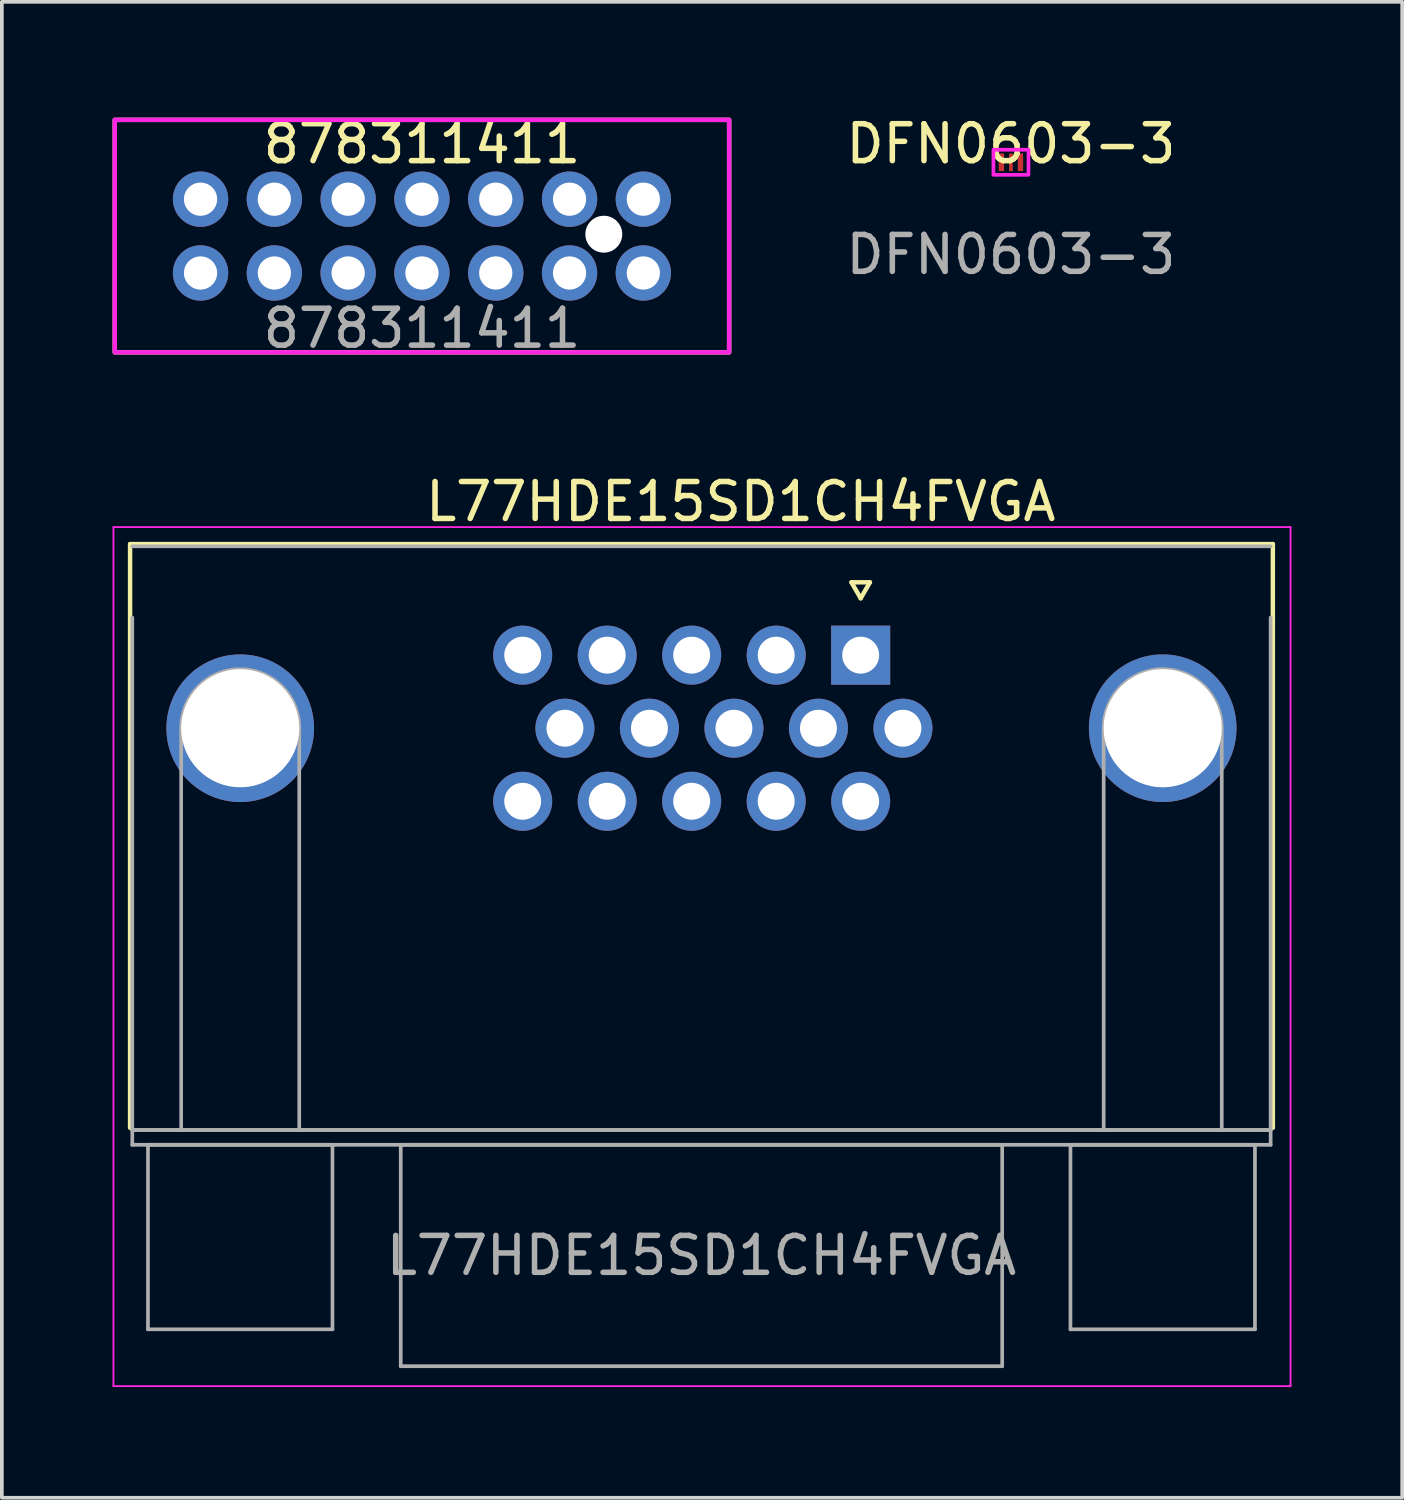
<source format=kicad_pcb>
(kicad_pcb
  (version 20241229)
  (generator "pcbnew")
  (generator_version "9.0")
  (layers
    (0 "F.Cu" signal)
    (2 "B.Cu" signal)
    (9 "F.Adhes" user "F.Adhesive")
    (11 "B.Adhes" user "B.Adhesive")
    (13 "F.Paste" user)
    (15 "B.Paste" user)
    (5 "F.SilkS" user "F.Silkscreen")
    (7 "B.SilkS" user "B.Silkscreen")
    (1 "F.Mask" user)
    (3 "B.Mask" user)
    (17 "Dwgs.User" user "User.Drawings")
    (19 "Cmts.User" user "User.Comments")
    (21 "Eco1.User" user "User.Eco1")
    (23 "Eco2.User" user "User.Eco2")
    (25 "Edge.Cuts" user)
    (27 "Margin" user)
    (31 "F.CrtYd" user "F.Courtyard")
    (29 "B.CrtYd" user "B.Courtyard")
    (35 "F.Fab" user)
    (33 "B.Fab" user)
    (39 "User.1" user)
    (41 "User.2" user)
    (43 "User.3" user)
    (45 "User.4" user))
  (footprint "878311411"
    (layer "F.Cu")
    (at 8.385 3.348)
    (property "Reference" "878311411" (at 0 -2.5 0) (unlocked yes) (layer "F.SilkS") (effects (font (size 1 1) (thickness 0.15))))
    (attr through_hole)
    (fp_rect (start -8.325 -3.15) (end 8.325 3.15) (stroke (width 0.12) (type solid)) (fill no) (layer "F.SilkS"))
    (fp_rect (start -8.325 -3.15) (end 8.325 3.15) (stroke (width 0.12) (type solid)) (fill no) (layer "F.CrtYd"))
    (fp_text user "${REFERENCE}" (at 0 2.5 0) (unlocked yes) (layer "F.Fab") (effects (font (size 1 1) (thickness 0.15))))
    (pad "" np_thru_hole circle (at 4.928 -0.051) (size 1 1) (drill 1) (layers "*.Cu" "*.Mask"))
    (pad "1" thru_hole circle (at -6 1) (size 1.5 1.5) (drill 0.9) (layers "*.Cu" "*.Mask"))
    (pad "2" thru_hole circle (at -6 -1) (size 1.5 1.5) (drill 0.9) (layers "*.Cu" "*.Mask"))
    (pad "3" thru_hole circle (at -4 1) (size 1.5 1.5) (drill 0.9) (layers "*.Cu" "*.Mask"))
    (pad "4" thru_hole circle (at -4 -1) (size 1.5 1.5) (drill 0.9) (layers "*.Cu" "*.Mask"))
    (pad "5" thru_hole circle (at -2 1) (size 1.5 1.5) (drill 0.9) (layers "*.Cu" "*.Mask"))
    (pad "6" thru_hole circle (at -2 -1) (size 1.5 1.5) (drill 0.9) (layers "*.Cu" "*.Mask"))
    (pad "7" thru_hole circle (at 0 1) (size 1.5 1.5) (drill 0.9) (layers "*.Cu" "*.Mask"))
    (pad "8" thru_hole circle (at 0 -1) (size 1.5 1.5) (drill 0.9) (layers "*.Cu" "*.Mask"))
    (pad "9" thru_hole circle (at 2 1) (size 1.5 1.5) (drill 0.9) (layers "*.Cu" "*.Mask"))
    (pad "10" thru_hole circle (at 2 -1) (size 1.5 1.5) (drill 0.9) (layers "*.Cu" "*.Mask"))
    (pad "11" thru_hole circle (at 4 1) (size 1.5 1.5) (drill 0.9) (layers "*.Cu" "*.Mask"))
    (pad "12" thru_hole circle (at 4 -1) (size 1.5 1.5) (drill 0.9) (layers "*.Cu" "*.Mask"))
    (pad "13" thru_hole circle (at 6 1) (size 1.5 1.5) (drill 0.9) (layers "*.Cu" "*.Mask"))
    (pad "14" thru_hole circle (at 6 -1) (size 1.5 1.5) (drill 0.9) (layers "*.Cu" "*.Mask")))
  (footprint "DFN0603-3"
    (layer "F.Cu")
    (at 24.347 1.348)
    (property "Reference" "DFN0603-3" (at 0 -0.5 0) (unlocked yes) (layer "F.SilkS") (effects (font (size 1 1) (thickness 0.15))))
    (attr smd)
    (fp_rect (start -0.315 -0.15) (end -0.225 0.15) (stroke (width 0.03) (type solid)) (fill yes) (layer "F.Mask"))
    (fp_rect (start -0.045 -0.15) (end 0.045 0.15) (stroke (width 0.03) (type solid)) (fill yes) (layer "F.Mask"))
    (fp_rect (start 0.225 -0.15) (end 0.315 0.15) (stroke (width 0.03) (type solid)) (fill yes) (layer "F.Mask"))
    (fp_rect (start -0.315 -0.15) (end -0.225 0.15) (stroke (width 0.03) (type solid)) (fill yes) (layer "F.Paste"))
    (fp_rect (start -0.045 -0.15) (end 0.045 0.15) (stroke (width 0.03) (type solid)) (fill yes) (layer "F.Paste"))
    (fp_rect (start 0.225 -0.15) (end 0.315 0.15) (stroke (width 0.03) (type solid)) (fill yes) (layer "F.Paste"))
    (fp_rect (start -0.475 -0.34) (end 0.475 0.34) (stroke (width 0.1) (type solid)) (fill no) (layer "F.CrtYd"))
    (fp_text user "${REFERENCE}" (at 0 2.5 0) (unlocked yes) (layer "F.Fab") (effects (font (size 1 1) (thickness 0.15))))
    (pad "1" smd rect (at -0.258 0) (size 0.145 0.48) (layers "F.Cu"))
    (pad "2" smd rect (at 0 0) (size 0.1 0.48) (layers "F.Cu"))
    (pad "3" smd rect (at 0.258 0) (size 0.145 0.48) (layers "F.Cu")))
  (footprint "L77HDE15SD1CH4FVGA"
    (layer "F.Cu")
    (at 20.275 15.265)
    (property "Reference" "L77HDE15SD1CH4FVGA" (at -3.25 -4.72 180) (layer "F.SilkS") (effects (font (size 1 1) (thickness 0.15))))
    (attr through_hole)
    (fp_line (start -19.8 -3.57) (end 11.17 -3.57) (stroke (width 0.12) (type solid)) (layer "F.SilkS"))
    (fp_line (start -19.8 12.25) (end -19.8 -3.57) (stroke (width 0.12) (type solid)) (layer "F.SilkS"))
    (fp_line (start -0.25 -2.534) (end 0.25 -2.534) (stroke (width 0.12) (type solid)) (layer "F.SilkS"))
    (fp_line (start 0 -2.101) (end -0.25 -2.534) (stroke (width 0.12) (type solid)) (layer "F.SilkS"))
    (fp_line (start 0.25 -2.534) (end 0 -2.101) (stroke (width 0.12) (type solid)) (layer "F.SilkS"))
    (fp_line (start 11.17 -3.57) (end 11.17 12.25) (stroke (width 0.12) (type solid)) (layer "F.SilkS"))
    (fp_line (start -20.25 -4.03) (end -20.25 19.25) (stroke (width 0.05) (type solid)) (layer "F.CrtYd"))
    (fp_line (start -20.25 19.25) (end 11.65 19.25) (stroke (width 0.05) (type solid)) (layer "F.CrtYd"))
    (fp_line (start 11.65 -4.03) (end -20.25 -4.03) (stroke (width 0.05) (type solid)) (layer "F.CrtYd"))
    (fp_line (start 11.65 19.25) (end 11.65 -4.03) (stroke (width 0.05) (type solid)) (layer "F.CrtYd"))
    (fp_line (start -19.74 -1.58) (end -19.74 12.31) (stroke (width 0.1) (type solid)) (layer "F.Fab"))
    (fp_line (start -19.74 12.31) (end -19.74 12.71) (stroke (width 0.1) (type solid)) (layer "F.Fab"))
    (fp_line (start -19.74 12.31) (end 11.11 12.31) (stroke (width 0.1) (type solid)) (layer "F.Fab"))
    (fp_line (start -19.74 12.71) (end 11.11 12.71) (stroke (width 0.1) (type solid)) (layer "F.Fab"))
    (fp_line (start -19.315 12.71) (end -19.315 17.71) (stroke (width 0.1) (type solid)) (layer "F.Fab"))
    (fp_line (start -19.315 17.71) (end -14.315 17.71) (stroke (width 0.1) (type solid)) (layer "F.Fab"))
    (fp_line (start -18.415 12.31) (end -18.415 1.42) (stroke (width 0.1) (type solid)) (layer "F.Fab"))
    (fp_line (start -15.215 12.31) (end -15.215 1.42) (stroke (width 0.1) (type solid)) (layer "F.Fab"))
    (fp_line (start -14.315 12.71) (end -19.315 12.71) (stroke (width 0.1) (type solid)) (layer "F.Fab"))
    (fp_line (start -14.315 17.71) (end -14.315 12.71) (stroke (width 0.1) (type solid)) (layer "F.Fab"))
    (fp_line (start -12.465 12.71) (end -12.465 18.71) (stroke (width 0.1) (type solid)) (layer "F.Fab"))
    (fp_line (start -12.465 18.71) (end 3.835 18.71) (stroke (width 0.1) (type solid)) (layer "F.Fab"))
    (fp_line (start 3.835 12.71) (end -12.465 12.71) (stroke (width 0.1) (type solid)) (layer "F.Fab"))
    (fp_line (start 3.835 18.71) (end 3.835 12.71) (stroke (width 0.1) (type solid)) (layer "F.Fab"))
    (fp_line (start 5.685 12.71) (end 5.685 17.71) (stroke (width 0.1) (type solid)) (layer "F.Fab"))
    (fp_line (start 5.685 17.71) (end 10.685 17.71) (stroke (width 0.1) (type solid)) (layer "F.Fab"))
    (fp_line (start 6.585 12.31) (end 6.585 1.42) (stroke (width 0.1) (type solid)) (layer "F.Fab"))
    (fp_line (start 9.785 12.31) (end 9.785 1.42) (stroke (width 0.1) (type solid)) (layer "F.Fab"))
    (fp_line (start 10.685 12.71) (end 5.685 12.71) (stroke (width 0.1) (type solid)) (layer "F.Fab"))
    (fp_line (start 10.685 17.71) (end 10.685 12.71) (stroke (width 0.1) (type solid)) (layer "F.Fab"))
    (fp_line (start 11.11 -3.51) (end -19.74 -3.51) (stroke (width 0.1) (type solid)) (layer "F.Fab"))
    (fp_line (start 11.11 12.31) (end -19.74 12.31) (stroke (width 0.1) (type solid)) (layer "F.Fab"))
    (fp_line (start 11.11 12.31) (end 11.11 -1.58) (stroke (width 0.1) (type solid)) (layer "F.Fab"))
    (fp_line (start 11.11 12.71) (end 11.11 12.31) (stroke (width 0.1) (type solid)) (layer "F.Fab"))
    (fp_arc (start -18.415 1.42) (mid -16.815 -0.18) (end -15.215 1.42) (stroke (width 0.1) (type solid)) (layer "F.Fab"))
    (fp_arc (start 6.585 1.42) (mid 8.185 -0.18) (end 9.785 1.42) (stroke (width 0.1) (type solid)) (layer "F.Fab"))
    (fp_text user "${REFERENCE}" (at -4.315 15.71 180) (layer "F.Fab") (effects (font (size 1 1) (thickness 0.15))))
    (pad "" np_thru_hole circle (at -16.815 1.42) (size 4 4) (drill 3.2) (layers "*.Cu" "*.Mask"))
    (pad "" np_thru_hole circle (at 8.185 1.42) (size 4 4) (drill 3.2) (layers "*.Cu" "*.Mask"))
    (pad "1" thru_hole rect (at 0 -0.56) (size 1.6 1.6) (drill 1) (layers "*.Cu" "*.Mask"))
    (pad "2" thru_hole circle (at -2.29 -0.56) (size 1.6 1.6) (drill 1) (layers "*.Cu" "*.Mask"))
    (pad "3" thru_hole circle (at -4.58 -0.56) (size 1.6 1.6) (drill 1) (layers "*.Cu" "*.Mask"))
    (pad "4" thru_hole circle (at -6.87 -0.56) (size 1.6 1.6) (drill 1) (layers "*.Cu" "*.Mask"))
    (pad "5" thru_hole circle (at -9.16 -0.56) (size 1.6 1.6) (drill 1) (layers "*.Cu" "*.Mask"))
    (pad "6" thru_hole circle (at 1.145 1.42) (size 1.6 1.6) (drill 1) (layers "*.Cu" "*.Mask"))
    (pad "7" thru_hole circle (at -1.145 1.42) (size 1.6 1.6) (drill 1) (layers "*.Cu" "*.Mask"))
    (pad "8" thru_hole circle (at -3.435 1.42) (size 1.6 1.6) (drill 1) (layers "*.Cu" "*.Mask"))
    (pad "9" thru_hole circle (at -5.725 1.42) (size 1.6 1.6) (drill 1) (layers "*.Cu" "*.Mask"))
    (pad "10" thru_hole circle (at -8.015 1.42) (size 1.6 1.6) (drill 1) (layers "*.Cu" "*.Mask"))
    (pad "11" thru_hole circle (at 0 3.4) (size 1.6 1.6) (drill 1) (layers "*.Cu" "*.Mask"))
    (pad "12" thru_hole circle (at -2.29 3.4) (size 1.6 1.6) (drill 1) (layers "*.Cu" "*.Mask"))
    (pad "13" thru_hole circle (at -4.58 3.4) (size 1.6 1.6) (drill 1) (layers "*.Cu" "*.Mask"))
    (pad "14" thru_hole circle (at -6.87 3.4) (size 1.6 1.6) (drill 1) (layers "*.Cu" "*.Mask"))
    (pad "15" thru_hole circle (at -9.16 3.4) (size 1.6 1.6) (drill 1) (layers "*.Cu" "*.Mask")))
  (gr_rect
    (start -3 -3)
    (end 34.95 37.54)
    (stroke (width 0.1) (type default))
    (fill no)
    (layer "Edge.Cuts")))
</source>
